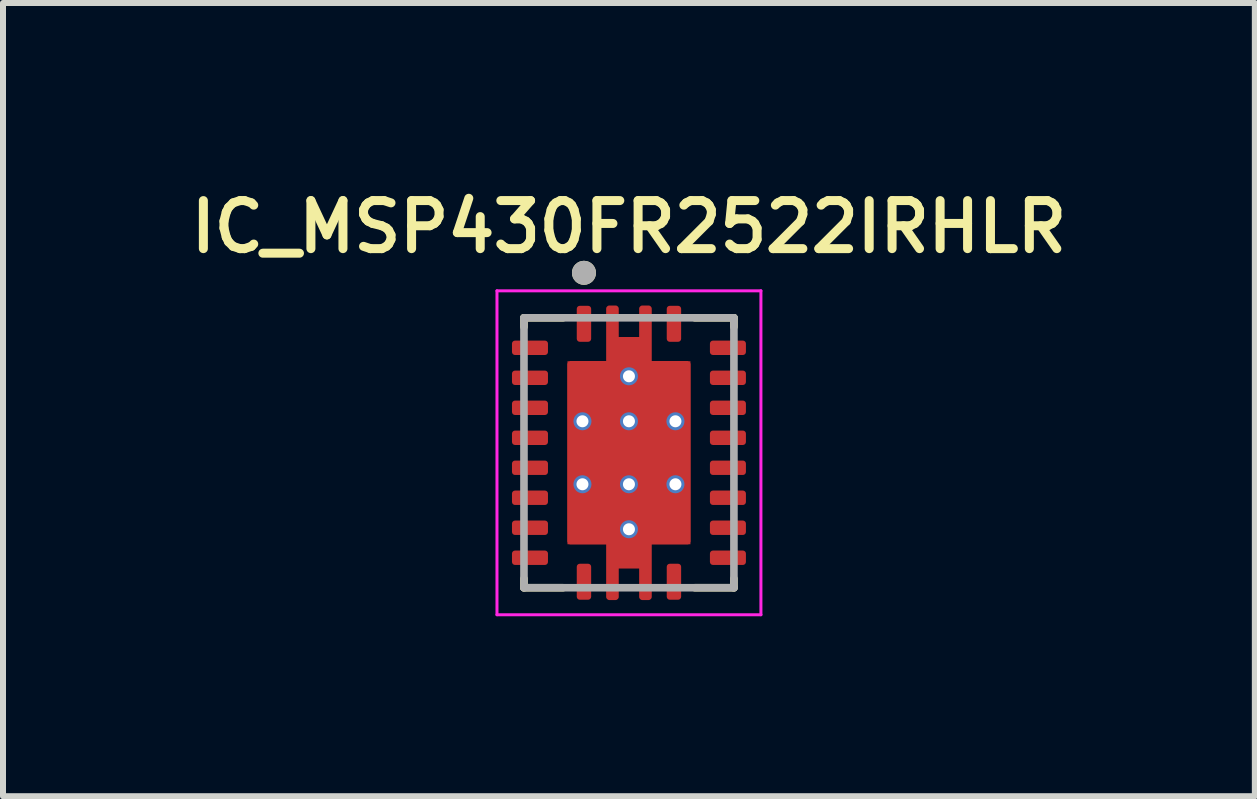
<source format=kicad_pcb>
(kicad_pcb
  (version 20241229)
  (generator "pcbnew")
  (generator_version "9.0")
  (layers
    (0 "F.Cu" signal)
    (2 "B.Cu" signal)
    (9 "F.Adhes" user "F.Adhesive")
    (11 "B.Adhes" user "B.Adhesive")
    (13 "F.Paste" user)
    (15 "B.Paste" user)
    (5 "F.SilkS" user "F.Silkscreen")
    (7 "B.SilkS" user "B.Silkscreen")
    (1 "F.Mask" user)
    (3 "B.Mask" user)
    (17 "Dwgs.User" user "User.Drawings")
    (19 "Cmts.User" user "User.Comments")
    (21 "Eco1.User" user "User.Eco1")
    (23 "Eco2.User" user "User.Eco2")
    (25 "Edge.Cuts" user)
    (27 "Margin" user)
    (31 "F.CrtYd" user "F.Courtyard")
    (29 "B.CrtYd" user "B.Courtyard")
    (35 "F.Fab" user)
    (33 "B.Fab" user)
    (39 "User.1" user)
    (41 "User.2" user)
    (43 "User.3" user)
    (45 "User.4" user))
  (footprint "IC_MSP430FR2522IRHLR"
    (layer "F.Cu")
    (at 7.435 4.498)
    (property "Reference" "IC_MSP430FR2522IRHLR" (at 0 -3.766 0) (layer "F.SilkS") (effects (font (size 0.801 0.801) (thickness 0.15))))
    (attr smd)
    (fp_poly (pts (xy -0.477 -1.627) (xy -0.477 -2.4) (xy -0.477 -2.408) (xy -0.476 -2.416) (xy -0.475 -2.424) (xy -0.474 -2.432) (xy -0.472 -2.439) (xy -0.47 -2.447) (xy -0.467 -2.454) (xy -0.464 -2.462) (xy -0.46 -2.469) (xy -0.457 -2.476) (xy -0.452 -2.483) (xy -0.448 -2.489) (xy -0.443 -2.496) (xy -0.438 -2.502) (xy -0.432 -2.507) (xy -0.427 -2.513) (xy -0.421 -2.518) (xy -0.414 -2.523) (xy -0.408 -2.527) (xy -0.401 -2.532) (xy -0.394 -2.535) (xy -0.387 -2.539) (xy -0.379 -2.542) (xy -0.372 -2.545) (xy -0.364 -2.547) (xy -0.357 -2.549) (xy -0.349 -2.55) (xy -0.341 -2.551) (xy -0.333 -2.552) (xy -0.325 -2.552) (xy -0.225 -2.552) (xy -0.217 -2.552) (xy -0.209 -2.551) (xy -0.201 -2.55) (xy -0.193 -2.549) (xy -0.186 -2.547) (xy -0.178 -2.545) (xy -0.171 -2.542) (xy -0.163 -2.539) (xy -0.156 -2.535) (xy -0.149 -2.532) (xy -0.142 -2.527) (xy -0.136 -2.523) (xy -0.129 -2.518) (xy -0.123 -2.513) (xy -0.118 -2.507) (xy -0.112 -2.502) (xy -0.107 -2.496) (xy -0.102 -2.489) (xy -0.098 -2.483) (xy -0.093 -2.476) (xy -0.09 -2.469) (xy -0.086 -2.462) (xy -0.083 -2.454) (xy -0.08 -2.447) (xy -0.078 -2.439) (xy -0.076 -2.432) (xy -0.075 -2.424) (xy -0.074 -2.416) (xy -0.073 -2.408) (xy -0.073 -2.4) (xy -0.073 -2.027) (xy 0.072 -2.027) (xy 0.073 -2.027) (xy 0.073 -2.402) (xy 0.073 -2.41) (xy 0.074 -2.418) (xy 0.075 -2.425) (xy 0.076 -2.433) (xy 0.078 -2.441) (xy 0.08 -2.448) (xy 0.083 -2.456) (xy 0.086 -2.463) (xy 0.089 -2.47) (xy 0.093 -2.477) (xy 0.097 -2.484) (xy 0.102 -2.49) (xy 0.106 -2.496) (xy 0.112 -2.502) (xy 0.117 -2.508) (xy 0.123 -2.513) (xy 0.129 -2.519) (xy 0.135 -2.523) (xy 0.141 -2.528) (xy 0.148 -2.532) (xy 0.155 -2.536) (xy 0.162 -2.539) (xy 0.169 -2.542) (xy 0.177 -2.545) (xy 0.184 -2.547) (xy 0.192 -2.549) (xy 0.2 -2.55) (xy 0.207 -2.551) (xy 0.215 -2.552) (xy 0.223 -2.552) (xy 0.326 -2.552) (xy 0.334 -2.552) (xy 0.342 -2.551) (xy 0.35 -2.55) (xy 0.357 -2.549) (xy 0.365 -2.547) (xy 0.373 -2.545) (xy 0.38 -2.542) (xy 0.387 -2.539) (xy 0.395 -2.536) (xy 0.401 -2.532) (xy 0.408 -2.528) (xy 0.415 -2.523) (xy 0.421 -2.518) (xy 0.427 -2.513) (xy 0.433 -2.508) (xy 0.438 -2.502) (xy 0.443 -2.496) (xy 0.448 -2.49) (xy 0.453 -2.483) (xy 0.457 -2.476) (xy 0.461 -2.47) (xy 0.464 -2.462) (xy 0.467 -2.455) (xy 0.47 -2.448) (xy 0.472 -2.44) (xy 0.474 -2.432) (xy 0.475 -2.425) (xy 0.476 -2.417) (xy 0.477 -2.409) (xy 0.477 -2.401) (xy 0.477 -1.627) (xy 0.975 -1.627) (xy 0.983 -1.627) (xy 0.991 -1.626) (xy 0.999 -1.625) (xy 1.007 -1.624) (xy 1.014 -1.622) (xy 1.022 -1.62) (xy 1.029 -1.617) (xy 1.037 -1.614) (xy 1.044 -1.61) (xy 1.051 -1.607) (xy 1.058 -1.602) (xy 1.064 -1.598) (xy 1.071 -1.593) (xy 1.077 -1.588) (xy 1.082 -1.582) (xy 1.088 -1.577) (xy 1.093 -1.571) (xy 1.098 -1.564) (xy 1.102 -1.558) (xy 1.107 -1.551) (xy 1.11 -1.544) (xy 1.114 -1.537) (xy 1.117 -1.529) (xy 1.12 -1.522) (xy 1.122 -1.514) (xy 1.124 -1.507) (xy 1.125 -1.499) (xy 1.126 -1.491) (xy 1.127 -1.483) (xy 1.127 -1.475) (xy 1.127 1.476) (xy 1.127 1.484) (xy 1.126 1.492) (xy 1.125 1.499) (xy 1.124 1.507) (xy 1.122 1.515) (xy 1.12 1.522) (xy 1.117 1.53) (xy 1.114 1.537) (xy 1.111 1.544) (xy 1.107 1.551) (xy 1.103 1.558) (xy 1.098 1.564) (xy 1.094 1.57) (xy 1.088 1.576) (xy 1.083 1.582) (xy 1.077 1.587) (xy 1.071 1.593) (xy 1.065 1.597) (xy 1.059 1.602) (xy 1.052 1.606) (xy 1.045 1.61) (xy 1.038 1.613) (xy 1.031 1.616) (xy 1.023 1.619) (xy 1.016 1.621) (xy 1.008 1.623) (xy 1 1.624) (xy 0.993 1.625) (xy 0.985 1.626) (xy 0.977 1.626) (xy 0.478 1.626) (xy 0.477 1.626) (xy 0.477 1.627) (xy 0.477 2.401) (xy 0.477 2.409) (xy 0.476 2.417) (xy 0.475 2.424) (xy 0.474 2.432) (xy 0.472 2.44) (xy 0.47 2.447) (xy 0.467 2.455) (xy 0.464 2.462) (xy 0.461 2.469) (xy 0.457 2.476) (xy 0.453 2.483) (xy 0.448 2.489) (xy 0.444 2.495) (xy 0.438 2.501) (xy 0.433 2.507) (xy 0.427 2.512) (xy 0.421 2.518) (xy 0.415 2.522) (xy 0.409 2.527) (xy 0.402 2.531) (xy 0.395 2.535) (xy 0.388 2.538) (xy 0.381 2.541) (xy 0.373 2.544) (xy 0.366 2.546) (xy 0.358 2.548) (xy 0.35 2.549) (xy 0.343 2.55) (xy 0.335 2.551) (xy 0.327 2.551) (xy 0.222 2.551) (xy 0.214 2.551) (xy 0.206 2.55) (xy 0.199 2.549) (xy 0.191 2.548) (xy 0.183 2.546) (xy 0.176 2.544) (xy 0.169 2.541) (xy 0.161 2.538) (xy 0.154 2.535) (xy 0.147 2.531) (xy 0.141 2.527) (xy 0.134 2.523) (xy 0.128 2.518) (xy 0.122 2.513) (xy 0.117 2.507) (xy 0.111 2.502) (xy 0.106 2.496) (xy 0.101 2.49) (xy 0.097 2.483) (xy 0.093 2.477) (xy 0.089 2.47) (xy 0.086 2.463) (xy 0.083 2.455) (xy 0.08 2.448) (xy 0.078 2.441) (xy 0.076 2.433) (xy 0.075 2.425) (xy 0.074 2.418) (xy 0.073 2.41) (xy 0.073 2.402) (xy 0.073 2.027) (xy -0.072 2.027) (xy -0.073 2.027) (xy -0.073 2.028) (xy -0.073 2.401) (xy -0.073 2.409) (xy -0.074 2.417) (xy -0.075 2.424) (xy -0.076 2.432) (xy -0.078 2.44) (xy -0.08 2.447) (xy -0.083 2.455) (xy -0.086 2.462) (xy -0.089 2.469) (xy -0.093 2.476) (xy -0.097 2.483) (xy -0.102 2.489) (xy -0.106 2.495) (xy -0.112 2.501) (xy -0.117 2.507) (xy -0.123 2.512) (xy -0.129 2.518) (xy -0.135 2.522) (xy -0.141 2.527) (xy -0.148 2.531) (xy -0.155 2.535) (xy -0.162 2.538) (xy -0.169 2.541) (xy -0.177 2.544) (xy -0.184 2.546) (xy -0.192 2.548) (xy -0.2 2.549) (xy -0.207 2.55) (xy -0.215 2.551) (xy -0.223 2.551) (xy -0.329 2.551) (xy -0.337 2.551) (xy -0.344 2.55) (xy -0.352 2.549) (xy -0.36 2.548) (xy -0.367 2.546) (xy -0.375 2.544) (xy -0.382 2.541) (xy -0.389 2.538) (xy -0.396 2.535) (xy -0.403 2.531) (xy -0.41 2.527) (xy -0.416 2.523) (xy -0.422 2.518) (xy -0.428 2.513) (xy -0.434 2.508) (xy -0.439 2.502) (xy -0.444 2.496) (xy -0.449 2.49) (xy -0.453 2.484) (xy -0.457 2.477) (xy -0.461 2.47) (xy -0.464 2.463) (xy -0.467 2.456) (xy -0.47 2.449) (xy -0.472 2.441) (xy -0.474 2.434) (xy -0.475 2.426) (xy -0.476 2.418) (xy -0.477 2.411) (xy -0.477 2.403) (xy -0.477 1.627) (xy -0.975 1.627) (xy -0.983 1.627) (xy -0.991 1.626) (xy -0.999 1.625) (xy -1.007 1.624) (xy -1.014 1.622) (xy -1.022 1.62) (xy -1.029 1.617) (xy -1.037 1.614) (xy -1.044 1.61) (xy -1.051 1.607) (xy -1.058 1.602) (xy -1.064 1.598) (xy -1.071 1.593) (xy -1.077 1.588) (xy -1.082 1.582) (xy -1.088 1.577) (xy -1.093 1.571) (xy -1.098 1.564) (xy -1.102 1.558) (xy -1.107 1.551) (xy -1.11 1.544) (xy -1.114 1.537) (xy -1.117 1.529) (xy -1.12 1.522) (xy -1.122 1.514) (xy -1.124 1.507) (xy -1.125 1.499) (xy -1.126 1.491) (xy -1.127 1.483) (xy -1.127 1.475) (xy -1.127 -1.474) (xy -1.127 -1.482) (xy -1.126 -1.49) (xy -1.125 -1.498) (xy -1.124 -1.506) (xy -1.122 -1.513) (xy -1.12 -1.521) (xy -1.117 -1.528) (xy -1.114 -1.536) (xy -1.11 -1.543) (xy -1.107 -1.55) (xy -1.102 -1.557) (xy -1.098 -1.563) (xy -1.093 -1.57) (xy -1.088 -1.576) (xy -1.082 -1.581) (xy -1.077 -1.587) (xy -1.071 -1.592) (xy -1.064 -1.597) (xy -1.058 -1.601) (xy -1.051 -1.606) (xy -1.044 -1.609) (xy -1.037 -1.613) (xy -1.029 -1.616) (xy -1.022 -1.619) (xy -1.014 -1.621) (xy -1.007 -1.623) (xy -0.999 -1.624) (xy -0.991 -1.625) (xy -0.983 -1.626) (xy -0.975 -1.626) (xy -0.478 -1.626) (xy -0.477 -1.626) (xy -0.477 -1.627)) (stroke (width 0.01) (type solid)) (fill yes) (layer "F.Mask"))
    (fp_line (start -1.75 -2.25) (end -1.1 -2.25) (stroke (width 0.127) (type solid)) (layer "F.SilkS"))
    (fp_line (start -1.75 -2.1) (end -1.75 -2.25) (stroke (width 0.127) (type solid)) (layer "F.SilkS"))
    (fp_line (start -1.75 2.1) (end -1.75 2.25) (stroke (width 0.127) (type solid)) (layer "F.SilkS"))
    (fp_line (start -1.75 2.25) (end -1.1 2.25) (stroke (width 0.127) (type solid)) (layer "F.SilkS"))
    (fp_line (start 1.1 -2.25) (end 1.75 -2.25) (stroke (width 0.127) (type solid)) (layer "F.SilkS"))
    (fp_line (start 1.1 2.25) (end 1.75 2.25) (stroke (width 0.127) (type solid)) (layer "F.SilkS"))
    (fp_line (start 1.75 -2.25) (end 1.75 -2.1) (stroke (width 0.127) (type solid)) (layer "F.SilkS"))
    (fp_line (start 1.75 2.25) (end 1.75 2.1) (stroke (width 0.127) (type solid)) (layer "F.SilkS"))
    (fp_circle (center -0.75 -3) (end -0.65 -3) (stroke (width 0.2) (type solid)) (fill no) (layer "F.SilkS"))
    (fp_poly (pts (xy -1.02 -1.425) (xy -1.02 -0.675) (xy -1.02 -0.672) (xy -1.02 -0.67) (xy -1.019 -0.667) (xy -1.019 -0.665) (xy -1.018 -0.662) (xy -1.018 -0.66) (xy -1.017 -0.657) (xy -1.016 -0.655) (xy -1.015 -0.652) (xy -1.013 -0.65) (xy -1.012 -0.648) (xy -1.01 -0.646) (xy -1.009 -0.644) (xy -1.007 -0.642) (xy -1.005 -0.64) (xy -1.003 -0.638) (xy -1.001 -0.636) (xy -0.999 -0.635) (xy -0.997 -0.633) (xy -0.995 -0.632) (xy -0.993 -0.63) (xy -0.99 -0.629) (xy -0.988 -0.628) (xy -0.985 -0.627) (xy -0.983 -0.627) (xy -0.98 -0.626) (xy -0.978 -0.626) (xy -0.975 -0.625) (xy -0.973 -0.625) (xy -0.97 -0.625) (xy -0.15 -0.625) (xy -0.147 -0.625) (xy -0.145 -0.625) (xy -0.142 -0.626) (xy -0.14 -0.626) (xy -0.137 -0.627) (xy -0.135 -0.627) (xy -0.132 -0.628) (xy -0.13 -0.629) (xy -0.127 -0.63) (xy -0.125 -0.632) (xy -0.123 -0.633) (xy -0.121 -0.635) (xy -0.119 -0.636) (xy -0.117 -0.638) (xy -0.115 -0.64) (xy -0.113 -0.642) (xy -0.111 -0.644) (xy -0.11 -0.646) (xy -0.108 -0.648) (xy -0.107 -0.65) (xy -0.105 -0.652) (xy -0.104 -0.655) (xy -0.103 -0.657) (xy -0.102 -0.66) (xy -0.102 -0.662) (xy -0.101 -0.665) (xy -0.101 -0.667) (xy -0.1 -0.67) (xy -0.1 -0.672) (xy -0.1 -0.675) (xy -0.1 -1.425) (xy -0.1 -1.428) (xy -0.1 -1.43) (xy -0.101 -1.433) (xy -0.101 -1.435) (xy -0.102 -1.438) (xy -0.102 -1.44) (xy -0.103 -1.443) (xy -0.104 -1.445) (xy -0.105 -1.448) (xy -0.107 -1.45) (xy -0.108 -1.452) (xy -0.11 -1.454) (xy -0.111 -1.456) (xy -0.113 -1.458) (xy -0.115 -1.46) (xy -0.117 -1.462) (xy -0.119 -1.464) (xy -0.121 -1.465) (xy -0.123 -1.467) (xy -0.125 -1.468) (xy -0.127 -1.47) (xy -0.13 -1.471) (xy -0.132 -1.472) (xy -0.135 -1.473) (xy -0.137 -1.473) (xy -0.14 -1.474) (xy -0.142 -1.474) (xy -0.145 -1.475) (xy -0.147 -1.475) (xy -0.15 -1.475) (xy -0.97 -1.475) (xy -0.973 -1.475) (xy -0.975 -1.475) (xy -0.978 -1.474) (xy -0.98 -1.474) (xy -0.983 -1.473) (xy -0.985 -1.473) (xy -0.988 -1.472) (xy -0.99 -1.471) (xy -0.993 -1.47) (xy -0.995 -1.468) (xy -0.997 -1.467) (xy -0.999 -1.465) (xy -1.001 -1.464) (xy -1.003 -1.462) (xy -1.005 -1.46) (xy -1.007 -1.458) (xy -1.009 -1.456) (xy -1.01 -1.454) (xy -1.012 -1.452) (xy -1.013 -1.45) (xy -1.015 -1.448) (xy -1.016 -1.445) (xy -1.017 -1.443) (xy -1.018 -1.44) (xy -1.018 -1.438) (xy -1.019 -1.435) (xy -1.019 -1.433) (xy -1.02 -1.43) (xy -1.02 -1.428) (xy -1.02 -1.425)) (stroke (width 0.01) (type solid)) (fill yes) (layer "F.Paste"))
    (fp_poly (pts (xy -1.02 0.675) (xy -1.02 1.425) (xy -1.02 1.428) (xy -1.02 1.43) (xy -1.019 1.433) (xy -1.019 1.435) (xy -1.018 1.438) (xy -1.018 1.44) (xy -1.017 1.443) (xy -1.016 1.445) (xy -1.015 1.448) (xy -1.013 1.45) (xy -1.012 1.452) (xy -1.01 1.454) (xy -1.009 1.456) (xy -1.007 1.458) (xy -1.005 1.46) (xy -1.003 1.462) (xy -1.001 1.464) (xy -0.999 1.465) (xy -0.997 1.467) (xy -0.995 1.468) (xy -0.993 1.47) (xy -0.99 1.471) (xy -0.988 1.472) (xy -0.985 1.473) (xy -0.983 1.473) (xy -0.98 1.474) (xy -0.978 1.474) (xy -0.975 1.475) (xy -0.973 1.475) (xy -0.97 1.475) (xy -0.15 1.475) (xy -0.147 1.475) (xy -0.145 1.475) (xy -0.142 1.474) (xy -0.14 1.474) (xy -0.137 1.473) (xy -0.135 1.473) (xy -0.132 1.472) (xy -0.13 1.471) (xy -0.127 1.47) (xy -0.125 1.468) (xy -0.123 1.467) (xy -0.121 1.465) (xy -0.119 1.464) (xy -0.117 1.462) (xy -0.115 1.46) (xy -0.113 1.458) (xy -0.111 1.456) (xy -0.11 1.454) (xy -0.108 1.452) (xy -0.107 1.45) (xy -0.105 1.448) (xy -0.104 1.445) (xy -0.103 1.443) (xy -0.102 1.44) (xy -0.102 1.438) (xy -0.101 1.435) (xy -0.101 1.433) (xy -0.1 1.43) (xy -0.1 1.428) (xy -0.1 1.425) (xy -0.1 0.675) (xy -0.1 0.672) (xy -0.1 0.67) (xy -0.101 0.667) (xy -0.101 0.665) (xy -0.102 0.662) (xy -0.102 0.66) (xy -0.103 0.657) (xy -0.104 0.655) (xy -0.105 0.652) (xy -0.107 0.65) (xy -0.108 0.648) (xy -0.11 0.646) (xy -0.111 0.644) (xy -0.113 0.642) (xy -0.115 0.64) (xy -0.117 0.638) (xy -0.119 0.636) (xy -0.121 0.635) (xy -0.123 0.633) (xy -0.125 0.632) (xy -0.127 0.63) (xy -0.13 0.629) (xy -0.132 0.628) (xy -0.135 0.627) (xy -0.137 0.627) (xy -0.14 0.626) (xy -0.142 0.626) (xy -0.145 0.625) (xy -0.147 0.625) (xy -0.15 0.625) (xy -0.97 0.625) (xy -0.973 0.625) (xy -0.975 0.625) (xy -0.978 0.626) (xy -0.98 0.626) (xy -0.983 0.627) (xy -0.985 0.627) (xy -0.988 0.628) (xy -0.99 0.629) (xy -0.993 0.63) (xy -0.995 0.632) (xy -0.997 0.633) (xy -0.999 0.635) (xy -1.001 0.636) (xy -1.003 0.638) (xy -1.005 0.64) (xy -1.007 0.642) (xy -1.009 0.644) (xy -1.01 0.646) (xy -1.012 0.648) (xy -1.013 0.65) (xy -1.015 0.652) (xy -1.016 0.655) (xy -1.017 0.657) (xy -1.018 0.66) (xy -1.018 0.662) (xy -1.019 0.665) (xy -1.019 0.667) (xy -1.02 0.67) (xy -1.02 0.672) (xy -1.02 0.675)) (stroke (width 0.01) (type solid)) (fill yes) (layer "F.Paste"))
    (fp_poly (pts (xy -0.15 -0.425) (xy -0.97 -0.425) (xy -0.973 -0.425) (xy -0.975 -0.425) (xy -0.978 -0.424) (xy -0.98 -0.424) (xy -0.983 -0.423) (xy -0.985 -0.423) (xy -0.988 -0.422) (xy -0.99 -0.421) (xy -0.993 -0.42) (xy -0.995 -0.418) (xy -0.997 -0.417) (xy -0.999 -0.415) (xy -1.001 -0.414) (xy -1.003 -0.412) (xy -1.005 -0.41) (xy -1.007 -0.408) (xy -1.009 -0.406) (xy -1.01 -0.404) (xy -1.012 -0.402) (xy -1.013 -0.4) (xy -1.015 -0.398) (xy -1.016 -0.395) (xy -1.017 -0.393) (xy -1.018 -0.39) (xy -1.018 -0.388) (xy -1.019 -0.385) (xy -1.019 -0.383) (xy -1.02 -0.38) (xy -1.02 -0.378) (xy -1.02 -0.375) (xy -1.02 0.375) (xy -1.02 0.378) (xy -1.02 0.38) (xy -1.019 0.383) (xy -1.019 0.385) (xy -1.018 0.388) (xy -1.018 0.39) (xy -1.017 0.393) (xy -1.016 0.395) (xy -1.015 0.398) (xy -1.013 0.4) (xy -1.012 0.402) (xy -1.01 0.404) (xy -1.009 0.406) (xy -1.007 0.408) (xy -1.005 0.41) (xy -1.003 0.412) (xy -1.001 0.414) (xy -0.999 0.415) (xy -0.997 0.417) (xy -0.995 0.418) (xy -0.993 0.42) (xy -0.99 0.421) (xy -0.988 0.422) (xy -0.985 0.423) (xy -0.983 0.423) (xy -0.98 0.424) (xy -0.978 0.424) (xy -0.975 0.425) (xy -0.973 0.425) (xy -0.97 0.425) (xy -0.15 0.425) (xy -0.147 0.425) (xy -0.145 0.425) (xy -0.142 0.424) (xy -0.14 0.424) (xy -0.137 0.423) (xy -0.135 0.423) (xy -0.132 0.422) (xy -0.13 0.421) (xy -0.127 0.42) (xy -0.125 0.418) (xy -0.123 0.417) (xy -0.121 0.415) (xy -0.119 0.414) (xy -0.117 0.412) (xy -0.115 0.41) (xy -0.113 0.408) (xy -0.111 0.406) (xy -0.11 0.404) (xy -0.108 0.402) (xy -0.107 0.4) (xy -0.105 0.398) (xy -0.104 0.395) (xy -0.103 0.393) (xy -0.102 0.39) (xy -0.102 0.388) (xy -0.101 0.385) (xy -0.101 0.383) (xy -0.1 0.38) (xy -0.1 0.378) (xy -0.1 0.375) (xy -0.1 -0.375) (xy -0.1 -0.378) (xy -0.1 -0.38) (xy -0.101 -0.383) (xy -0.101 -0.385) (xy -0.102 -0.388) (xy -0.102 -0.39) (xy -0.103 -0.393) (xy -0.104 -0.395) (xy -0.105 -0.398) (xy -0.107 -0.4) (xy -0.108 -0.402) (xy -0.11 -0.404) (xy -0.111 -0.406) (xy -0.113 -0.408) (xy -0.115 -0.41) (xy -0.117 -0.412) (xy -0.119 -0.414) (xy -0.121 -0.415) (xy -0.123 -0.417) (xy -0.125 -0.418) (xy -0.127 -0.42) (xy -0.13 -0.421) (xy -0.132 -0.422) (xy -0.135 -0.423) (xy -0.137 -0.423) (xy -0.14 -0.424) (xy -0.142 -0.424) (xy -0.145 -0.425) (xy -0.147 -0.425) (xy -0.15 -0.425)) (stroke (width 0.01) (type solid)) (fill yes) (layer "F.Paste"))
    (fp_poly (pts (xy 0.1 -1.425) (xy 0.1 -0.675) (xy 0.1 -0.672) (xy 0.1 -0.67) (xy 0.101 -0.667) (xy 0.101 -0.665) (xy 0.102 -0.662) (xy 0.102 -0.66) (xy 0.103 -0.657) (xy 0.104 -0.655) (xy 0.105 -0.652) (xy 0.107 -0.65) (xy 0.108 -0.648) (xy 0.11 -0.646) (xy 0.111 -0.644) (xy 0.113 -0.642) (xy 0.115 -0.64) (xy 0.117 -0.638) (xy 0.119 -0.636) (xy 0.121 -0.635) (xy 0.123 -0.633) (xy 0.125 -0.632) (xy 0.127 -0.63) (xy 0.13 -0.629) (xy 0.132 -0.628) (xy 0.135 -0.627) (xy 0.137 -0.627) (xy 0.14 -0.626) (xy 0.142 -0.626) (xy 0.145 -0.625) (xy 0.147 -0.625) (xy 0.15 -0.625) (xy 0.97 -0.625) (xy 0.973 -0.625) (xy 0.975 -0.625) (xy 0.978 -0.626) (xy 0.98 -0.626) (xy 0.983 -0.627) (xy 0.985 -0.627) (xy 0.988 -0.628) (xy 0.99 -0.629) (xy 0.993 -0.63) (xy 0.995 -0.632) (xy 0.997 -0.633) (xy 0.999 -0.635) (xy 1.001 -0.636) (xy 1.003 -0.638) (xy 1.005 -0.64) (xy 1.007 -0.642) (xy 1.009 -0.644) (xy 1.01 -0.646) (xy 1.012 -0.648) (xy 1.013 -0.65) (xy 1.015 -0.652) (xy 1.016 -0.655) (xy 1.017 -0.657) (xy 1.018 -0.66) (xy 1.018 -0.662) (xy 1.019 -0.665) (xy 1.019 -0.667) (xy 1.02 -0.67) (xy 1.02 -0.672) (xy 1.02 -0.675) (xy 1.02 -1.425) (xy 1.02 -1.428) (xy 1.02 -1.43) (xy 1.019 -1.433) (xy 1.019 -1.435) (xy 1.018 -1.438) (xy 1.018 -1.44) (xy 1.017 -1.443) (xy 1.016 -1.445) (xy 1.015 -1.448) (xy 1.013 -1.45) (xy 1.012 -1.452) (xy 1.01 -1.454) (xy 1.009 -1.456) (xy 1.007 -1.458) (xy 1.005 -1.46) (xy 1.003 -1.462) (xy 1.001 -1.464) (xy 0.999 -1.465) (xy 0.997 -1.467) (xy 0.995 -1.468) (xy 0.993 -1.47) (xy 0.99 -1.471) (xy 0.988 -1.472) (xy 0.985 -1.473) (xy 0.983 -1.473) (xy 0.98 -1.474) (xy 0.978 -1.474) (xy 0.975 -1.475) (xy 0.973 -1.475) (xy 0.97 -1.475) (xy 0.15 -1.475) (xy 0.147 -1.475) (xy 0.145 -1.475) (xy 0.142 -1.474) (xy 0.14 -1.474) (xy 0.137 -1.473) (xy 0.135 -1.473) (xy 0.132 -1.472) (xy 0.13 -1.471) (xy 0.127 -1.47) (xy 0.125 -1.468) (xy 0.123 -1.467) (xy 0.121 -1.465) (xy 0.119 -1.464) (xy 0.117 -1.462) (xy 0.115 -1.46) (xy 0.113 -1.458) (xy 0.111 -1.456) (xy 0.11 -1.454) (xy 0.108 -1.452) (xy 0.107 -1.45) (xy 0.105 -1.448) (xy 0.104 -1.445) (xy 0.103 -1.443) (xy 0.102 -1.44) (xy 0.102 -1.438) (xy 0.101 -1.435) (xy 0.101 -1.433) (xy 0.1 -1.43) (xy 0.1 -1.428) (xy 0.1 -1.425)) (stroke (width 0.01) (type solid)) (fill yes) (layer "F.Paste"))
    (fp_poly (pts (xy 0.97 -0.425) (xy 0.15 -0.425) (xy 0.147 -0.425) (xy 0.145 -0.425) (xy 0.142 -0.424) (xy 0.14 -0.424) (xy 0.137 -0.423) (xy 0.135 -0.423) (xy 0.132 -0.422) (xy 0.13 -0.421) (xy 0.127 -0.42) (xy 0.125 -0.418) (xy 0.123 -0.417) (xy 0.121 -0.415) (xy 0.119 -0.414) (xy 0.117 -0.412) (xy 0.115 -0.41) (xy 0.113 -0.408) (xy 0.111 -0.406) (xy 0.11 -0.404) (xy 0.108 -0.402) (xy 0.107 -0.4) (xy 0.105 -0.398) (xy 0.104 -0.395) (xy 0.103 -0.393) (xy 0.102 -0.39) (xy 0.102 -0.388) (xy 0.101 -0.385) (xy 0.101 -0.383) (xy 0.1 -0.38) (xy 0.1 -0.378) (xy 0.1 -0.375) (xy 0.1 0.375) (xy 0.1 0.378) (xy 0.1 0.38) (xy 0.101 0.383) (xy 0.101 0.385) (xy 0.102 0.388) (xy 0.102 0.39) (xy 0.103 0.393) (xy 0.104 0.395) (xy 0.105 0.398) (xy 0.107 0.4) (xy 0.108 0.402) (xy 0.11 0.404) (xy 0.111 0.406) (xy 0.113 0.408) (xy 0.115 0.41) (xy 0.117 0.412) (xy 0.119 0.414) (xy 0.121 0.415) (xy 0.123 0.417) (xy 0.125 0.418) (xy 0.127 0.42) (xy 0.13 0.421) (xy 0.132 0.422) (xy 0.135 0.423) (xy 0.137 0.423) (xy 0.14 0.424) (xy 0.142 0.424) (xy 0.145 0.425) (xy 0.147 0.425) (xy 0.15 0.425) (xy 0.97 0.425) (xy 0.973 0.425) (xy 0.975 0.425) (xy 0.978 0.424) (xy 0.98 0.424) (xy 0.983 0.423) (xy 0.985 0.423) (xy 0.988 0.422) (xy 0.99 0.421) (xy 0.993 0.42) (xy 0.995 0.418) (xy 0.997 0.417) (xy 0.999 0.415) (xy 1.001 0.414) (xy 1.003 0.412) (xy 1.005 0.41) (xy 1.007 0.408) (xy 1.009 0.406) (xy 1.01 0.404) (xy 1.012 0.402) (xy 1.013 0.4) (xy 1.015 0.398) (xy 1.016 0.395) (xy 1.017 0.393) (xy 1.018 0.39) (xy 1.018 0.388) (xy 1.019 0.385) (xy 1.019 0.383) (xy 1.02 0.38) (xy 1.02 0.378) (xy 1.02 0.375) (xy 1.02 -0.375) (xy 1.02 -0.378) (xy 1.02 -0.38) (xy 1.019 -0.383) (xy 1.019 -0.385) (xy 1.018 -0.388) (xy 1.018 -0.39) (xy 1.017 -0.393) (xy 1.016 -0.395) (xy 1.015 -0.398) (xy 1.013 -0.4) (xy 1.012 -0.402) (xy 1.01 -0.404) (xy 1.009 -0.406) (xy 1.007 -0.408) (xy 1.005 -0.41) (xy 1.003 -0.412) (xy 1.001 -0.414) (xy 0.999 -0.415) (xy 0.997 -0.417) (xy 0.995 -0.418) (xy 0.993 -0.42) (xy 0.99 -0.421) (xy 0.988 -0.422) (xy 0.985 -0.423) (xy 0.983 -0.423) (xy 0.98 -0.424) (xy 0.978 -0.424) (xy 0.975 -0.425) (xy 0.973 -0.425) (xy 0.97 -0.425)) (stroke (width 0.01) (type solid)) (fill yes) (layer "F.Paste"))
    (fp_poly (pts (xy 0.97 0.625) (xy 0.15 0.625) (xy 0.147 0.625) (xy 0.145 0.625) (xy 0.142 0.626) (xy 0.14 0.626) (xy 0.137 0.627) (xy 0.135 0.627) (xy 0.132 0.628) (xy 0.13 0.629) (xy 0.127 0.63) (xy 0.125 0.632) (xy 0.123 0.633) (xy 0.121 0.635) (xy 0.119 0.636) (xy 0.117 0.638) (xy 0.115 0.64) (xy 0.113 0.642) (xy 0.111 0.644) (xy 0.11 0.646) (xy 0.108 0.648) (xy 0.107 0.65) (xy 0.105 0.652) (xy 0.104 0.655) (xy 0.103 0.657) (xy 0.102 0.66) (xy 0.102 0.662) (xy 0.101 0.665) (xy 0.101 0.667) (xy 0.1 0.67) (xy 0.1 0.672) (xy 0.1 0.675) (xy 0.1 1.425) (xy 0.1 1.428) (xy 0.1 1.43) (xy 0.101 1.433) (xy 0.101 1.435) (xy 0.102 1.438) (xy 0.102 1.44) (xy 0.103 1.443) (xy 0.104 1.445) (xy 0.105 1.448) (xy 0.107 1.45) (xy 0.108 1.452) (xy 0.11 1.454) (xy 0.111 1.456) (xy 0.113 1.458) (xy 0.115 1.46) (xy 0.117 1.462) (xy 0.119 1.464) (xy 0.121 1.465) (xy 0.123 1.467) (xy 0.125 1.468) (xy 0.127 1.47) (xy 0.13 1.471) (xy 0.132 1.472) (xy 0.135 1.473) (xy 0.137 1.473) (xy 0.14 1.474) (xy 0.142 1.474) (xy 0.145 1.475) (xy 0.147 1.475) (xy 0.15 1.475) (xy 0.97 1.475) (xy 0.973 1.475) (xy 0.975 1.475) (xy 0.978 1.474) (xy 0.98 1.474) (xy 0.983 1.473) (xy 0.985 1.473) (xy 0.988 1.472) (xy 0.99 1.471) (xy 0.993 1.47) (xy 0.995 1.468) (xy 0.997 1.467) (xy 0.999 1.465) (xy 1.001 1.464) (xy 1.003 1.462) (xy 1.005 1.46) (xy 1.007 1.458) (xy 1.009 1.456) (xy 1.01 1.454) (xy 1.012 1.452) (xy 1.013 1.45) (xy 1.015 1.448) (xy 1.016 1.445) (xy 1.017 1.443) (xy 1.018 1.44) (xy 1.018 1.438) (xy 1.019 1.435) (xy 1.019 1.433) (xy 1.02 1.43) (xy 1.02 1.428) (xy 1.02 1.425) (xy 1.02 0.675) (xy 1.02 0.672) (xy 1.02 0.67) (xy 1.019 0.667) (xy 1.019 0.665) (xy 1.018 0.662) (xy 1.018 0.66) (xy 1.017 0.657) (xy 1.016 0.655) (xy 1.015 0.652) (xy 1.013 0.65) (xy 1.012 0.648) (xy 1.01 0.646) (xy 1.009 0.644) (xy 1.007 0.642) (xy 1.005 0.64) (xy 1.003 0.638) (xy 1.001 0.636) (xy 0.999 0.635) (xy 0.997 0.633) (xy 0.995 0.632) (xy 0.993 0.63) (xy 0.99 0.629) (xy 0.988 0.628) (xy 0.985 0.627) (xy 0.983 0.627) (xy 0.98 0.626) (xy 0.978 0.626) (xy 0.975 0.625) (xy 0.973 0.625) (xy 0.97 0.625)) (stroke (width 0.01) (type solid)) (fill yes) (layer "F.Paste"))
    (fp_poly (pts (xy -0.325 1.675) (xy 0.325 1.675) (xy 0.328 1.675) (xy 0.33 1.675) (xy 0.333 1.676) (xy 0.335 1.676) (xy 0.338 1.677) (xy 0.34 1.677) (xy 0.343 1.678) (xy 0.345 1.679) (xy 0.348 1.68) (xy 0.35 1.682) (xy 0.352 1.683) (xy 0.354 1.685) (xy 0.356 1.686) (xy 0.358 1.688) (xy 0.36 1.69) (xy 0.362 1.692) (xy 0.364 1.694) (xy 0.365 1.696) (xy 0.367 1.698) (xy 0.368 1.7) (xy 0.37 1.702) (xy 0.371 1.705) (xy 0.372 1.707) (xy 0.373 1.71) (xy 0.373 1.712) (xy 0.374 1.715) (xy 0.374 1.717) (xy 0.375 1.72) (xy 0.375 1.722) (xy 0.375 1.725) (xy 0.375 2.4) (xy 0.375 2.403) (xy 0.375 2.405) (xy 0.374 2.408) (xy 0.374 2.41) (xy 0.373 2.413) (xy 0.373 2.415) (xy 0.372 2.418) (xy 0.371 2.42) (xy 0.37 2.423) (xy 0.368 2.425) (xy 0.367 2.427) (xy 0.365 2.429) (xy 0.364 2.431) (xy 0.362 2.433) (xy 0.36 2.435) (xy 0.358 2.437) (xy 0.356 2.439) (xy 0.354 2.44) (xy 0.352 2.442) (xy 0.35 2.443) (xy 0.348 2.445) (xy 0.345 2.446) (xy 0.343 2.447) (xy 0.34 2.448) (xy 0.338 2.448) (xy 0.335 2.449) (xy 0.333 2.449) (xy 0.33 2.45) (xy 0.328 2.45) (xy 0.325 2.45) (xy 0.225 2.45) (xy 0.222 2.45) (xy 0.22 2.45) (xy 0.217 2.449) (xy 0.215 2.449) (xy 0.212 2.448) (xy 0.21 2.448) (xy 0.207 2.447) (xy 0.205 2.446) (xy 0.202 2.445) (xy 0.2 2.443) (xy 0.198 2.442) (xy 0.196 2.44) (xy 0.194 2.439) (xy 0.192 2.437) (xy 0.19 2.435) (xy 0.188 2.433) (xy 0.186 2.431) (xy 0.185 2.429) (xy 0.183 2.427) (xy 0.182 2.425) (xy 0.18 2.423) (xy 0.179 2.42) (xy 0.178 2.418) (xy 0.177 2.415) (xy 0.177 2.413) (xy 0.176 2.41) (xy 0.176 2.408) (xy 0.175 2.405) (xy 0.175 2.403) (xy 0.175 2.4) (xy 0.175 1.925) (xy -0.175 1.925) (xy -0.175 2.4) (xy -0.175 2.403) (xy -0.175 2.405) (xy -0.176 2.408) (xy -0.176 2.41) (xy -0.177 2.413) (xy -0.177 2.415) (xy -0.178 2.418) (xy -0.179 2.42) (xy -0.18 2.423) (xy -0.182 2.425) (xy -0.183 2.427) (xy -0.185 2.429) (xy -0.186 2.431) (xy -0.188 2.433) (xy -0.19 2.435) (xy -0.192 2.437) (xy -0.194 2.439) (xy -0.196 2.44) (xy -0.198 2.442) (xy -0.2 2.443) (xy -0.202 2.445) (xy -0.205 2.446) (xy -0.207 2.447) (xy -0.21 2.448) (xy -0.212 2.448) (xy -0.215 2.449) (xy -0.217 2.449) (xy -0.22 2.45) (xy -0.222 2.45) (xy -0.225 2.45) (xy -0.325 2.45) (xy -0.328 2.45) (xy -0.33 2.45) (xy -0.333 2.449) (xy -0.335 2.449) (xy -0.338 2.448) (xy -0.34 2.448) (xy -0.343 2.447) (xy -0.345 2.446) (xy -0.348 2.445) (xy -0.35 2.443) (xy -0.352 2.442) (xy -0.354 2.44) (xy -0.356 2.439) (xy -0.358 2.437) (xy -0.36 2.435) (xy -0.362 2.433) (xy -0.364 2.431) (xy -0.365 2.429) (xy -0.367 2.427) (xy -0.368 2.425) (xy -0.37 2.423) (xy -0.371 2.42) (xy -0.372 2.418) (xy -0.373 2.415) (xy -0.373 2.413) (xy -0.374 2.41) (xy -0.374 2.408) (xy -0.375 2.405) (xy -0.375 2.403) (xy -0.375 2.4) (xy -0.375 1.725) (xy -0.375 1.722) (xy -0.375 1.72) (xy -0.374 1.717) (xy -0.374 1.715) (xy -0.373 1.712) (xy -0.373 1.71) (xy -0.372 1.707) (xy -0.371 1.705) (xy -0.37 1.702) (xy -0.368 1.7) (xy -0.367 1.698) (xy -0.365 1.696) (xy -0.364 1.694) (xy -0.362 1.692) (xy -0.36 1.69) (xy -0.358 1.688) (xy -0.356 1.686) (xy -0.354 1.685) (xy -0.352 1.683) (xy -0.35 1.682) (xy -0.348 1.68) (xy -0.345 1.679) (xy -0.343 1.678) (xy -0.34 1.677) (xy -0.338 1.677) (xy -0.335 1.676) (xy -0.333 1.676) (xy -0.33 1.675) (xy -0.328 1.675) (xy -0.325 1.675)) (stroke (width 0.01) (type solid)) (fill yes) (layer "F.Paste"))
    (fp_poly (pts (xy 0.375 -2.4) (xy 0.375 -1.725) (xy 0.375 -1.722) (xy 0.375 -1.72) (xy 0.374 -1.717) (xy 0.374 -1.715) (xy 0.373 -1.712) (xy 0.373 -1.71) (xy 0.372 -1.707) (xy 0.371 -1.705) (xy 0.37 -1.702) (xy 0.368 -1.7) (xy 0.367 -1.698) (xy 0.365 -1.696) (xy 0.364 -1.694) (xy 0.362 -1.692) (xy 0.36 -1.69) (xy 0.358 -1.688) (xy 0.356 -1.686) (xy 0.354 -1.685) (xy 0.352 -1.683) (xy 0.35 -1.682) (xy 0.348 -1.68) (xy 0.345 -1.679) (xy 0.343 -1.678) (xy 0.34 -1.677) (xy 0.338 -1.677) (xy 0.335 -1.676) (xy 0.333 -1.676) (xy 0.33 -1.675) (xy 0.328 -1.675) (xy 0.325 -1.675) (xy -0.325 -1.675) (xy -0.328 -1.675) (xy -0.33 -1.675) (xy -0.333 -1.676) (xy -0.335 -1.676) (xy -0.338 -1.677) (xy -0.34 -1.677) (xy -0.343 -1.678) (xy -0.345 -1.679) (xy -0.348 -1.68) (xy -0.35 -1.682) (xy -0.352 -1.683) (xy -0.354 -1.685) (xy -0.356 -1.686) (xy -0.358 -1.688) (xy -0.36 -1.69) (xy -0.362 -1.692) (xy -0.364 -1.694) (xy -0.365 -1.696) (xy -0.367 -1.698) (xy -0.368 -1.7) (xy -0.37 -1.702) (xy -0.371 -1.705) (xy -0.372 -1.707) (xy -0.373 -1.71) (xy -0.373 -1.712) (xy -0.374 -1.715) (xy -0.374 -1.717) (xy -0.375 -1.72) (xy -0.375 -1.722) (xy -0.375 -1.725) (xy -0.375 -2.4) (xy -0.375 -2.403) (xy -0.375 -2.405) (xy -0.374 -2.408) (xy -0.374 -2.41) (xy -0.373 -2.413) (xy -0.373 -2.415) (xy -0.372 -2.418) (xy -0.371 -2.42) (xy -0.37 -2.423) (xy -0.368 -2.425) (xy -0.367 -2.427) (xy -0.365 -2.429) (xy -0.364 -2.431) (xy -0.362 -2.433) (xy -0.36 -2.435) (xy -0.358 -2.437) (xy -0.356 -2.439) (xy -0.354 -2.44) (xy -0.352 -2.442) (xy -0.35 -2.443) (xy -0.348 -2.445) (xy -0.345 -2.446) (xy -0.343 -2.447) (xy -0.34 -2.448) (xy -0.338 -2.448) (xy -0.335 -2.449) (xy -0.333 -2.449) (xy -0.33 -2.45) (xy -0.328 -2.45) (xy -0.325 -2.45) (xy -0.225 -2.45) (xy -0.222 -2.45) (xy -0.22 -2.45) (xy -0.217 -2.449) (xy -0.215 -2.449) (xy -0.212 -2.448) (xy -0.21 -2.448) (xy -0.207 -2.447) (xy -0.205 -2.446) (xy -0.202 -2.445) (xy -0.2 -2.443) (xy -0.198 -2.442) (xy -0.196 -2.44) (xy -0.194 -2.439) (xy -0.192 -2.437) (xy -0.19 -2.435) (xy -0.188 -2.433) (xy -0.186 -2.431) (xy -0.185 -2.429) (xy -0.183 -2.427) (xy -0.182 -2.425) (xy -0.18 -2.423) (xy -0.179 -2.42) (xy -0.178 -2.418) (xy -0.177 -2.415) (xy -0.177 -2.413) (xy -0.176 -2.41) (xy -0.176 -2.408) (xy -0.175 -2.405) (xy -0.175 -2.403) (xy -0.175 -2.4) (xy -0.175 -1.925) (xy 0.175 -1.925) (xy 0.175 -2.4) (xy 0.175 -2.403) (xy 0.175 -2.405) (xy 0.176 -2.408) (xy 0.176 -2.41) (xy 0.177 -2.413) (xy 0.177 -2.415) (xy 0.178 -2.418) (xy 0.179 -2.42) (xy 0.18 -2.423) (xy 0.182 -2.425) (xy 0.183 -2.427) (xy 0.185 -2.429) (xy 0.186 -2.431) (xy 0.188 -2.433) (xy 0.19 -2.435) (xy 0.192 -2.437) (xy 0.194 -2.439) (xy 0.196 -2.44) (xy 0.198 -2.442) (xy 0.2 -2.443) (xy 0.202 -2.445) (xy 0.205 -2.446) (xy 0.207 -2.447) (xy 0.21 -2.448) (xy 0.212 -2.448) (xy 0.215 -2.449) (xy 0.217 -2.449) (xy 0.22 -2.45) (xy 0.222 -2.45) (xy 0.225 -2.45) (xy 0.325 -2.45) (xy 0.328 -2.45) (xy 0.33 -2.45) (xy 0.333 -2.449) (xy 0.335 -2.449) (xy 0.338 -2.448) (xy 0.34 -2.448) (xy 0.343 -2.447) (xy 0.345 -2.446) (xy 0.348 -2.445) (xy 0.35 -2.443) (xy 0.352 -2.442) (xy 0.354 -2.44) (xy 0.356 -2.439) (xy 0.358 -2.437) (xy 0.36 -2.435) (xy 0.362 -2.433) (xy 0.364 -2.431) (xy 0.365 -2.429) (xy 0.367 -2.427) (xy 0.368 -2.425) (xy 0.37 -2.423) (xy 0.371 -2.42) (xy 0.372 -2.418) (xy 0.373 -2.415) (xy 0.373 -2.413) (xy 0.374 -2.41) (xy 0.374 -2.408) (xy 0.375 -2.405) (xy 0.375 -2.403) (xy 0.375 -2.4)) (stroke (width 0.01) (type solid)) (fill yes) (layer "F.Paste"))
    (fp_line (start -2.2 -2.7) (end -2.2 2.7) (stroke (width 0.05) (type solid)) (layer "F.CrtYd"))
    (fp_line (start -2.2 2.7) (end 2.2 2.7) (stroke (width 0.05) (type solid)) (layer "F.CrtYd"))
    (fp_line (start 2.2 -2.7) (end -2.2 -2.7) (stroke (width 0.05) (type solid)) (layer "F.CrtYd"))
    (fp_line (start 2.2 2.7) (end 2.2 -2.7) (stroke (width 0.05) (type solid)) (layer "F.CrtYd"))
    (fp_line (start -1.75 -2.25) (end 1.75 -2.25) (stroke (width 0.127) (type solid)) (layer "F.Fab"))
    (fp_line (start -1.75 2.25) (end -1.75 -2.25) (stroke (width 0.127) (type solid)) (layer "F.Fab"))
    (fp_line (start 1.75 -2.25) (end 1.75 2.25) (stroke (width 0.127) (type solid)) (layer "F.Fab"))
    (fp_line (start 1.75 2.25) (end -1.75 2.25) (stroke (width 0.127) (type solid)) (layer "F.Fab"))
    (fp_circle (center -0.75 -3) (end -0.65 -3) (stroke (width 0.2) (type solid)) (fill no) (layer "F.Fab"))
    (pad "1" smd roundrect (at -0.75 -2.15) (size 0.24 0.6) (layers "F.Cu" "F.Mask" "F.Paste") (roundrect_rratio 0.21))
    (pad "2" smd roundrect (at -1.65 -1.75) (size 0.6 0.24) (layers "F.Cu" "F.Mask" "F.Paste") (roundrect_rratio 0.21))
    (pad "3" smd roundrect (at -1.65 -1.25) (size 0.6 0.24) (layers "F.Cu" "F.Mask" "F.Paste") (roundrect_rratio 0.21))
    (pad "4" smd roundrect (at -1.65 -0.75) (size 0.6 0.24) (layers "F.Cu" "F.Mask" "F.Paste") (roundrect_rratio 0.21))
    (pad "5" smd roundrect (at -1.65 -0.25) (size 0.6 0.24) (layers "F.Cu" "F.Mask" "F.Paste") (roundrect_rratio 0.21))
    (pad "6" smd roundrect (at -1.65 0.25) (size 0.6 0.24) (layers "F.Cu" "F.Mask" "F.Paste") (roundrect_rratio 0.21))
    (pad "7" smd roundrect (at -1.65 0.75) (size 0.6 0.24) (layers "F.Cu" "F.Mask" "F.Paste") (roundrect_rratio 0.21))
    (pad "8" smd roundrect (at -1.65 1.25) (size 0.6 0.24) (layers "F.Cu" "F.Mask" "F.Paste") (roundrect_rratio 0.21))
    (pad "9" smd roundrect (at -1.65 1.75) (size 0.6 0.24) (layers "F.Cu" "F.Mask" "F.Paste") (roundrect_rratio 0.21))
    (pad "10" smd roundrect (at -0.75 2.15) (size 0.24 0.6) (layers "F.Cu" "F.Mask" "F.Paste") (roundrect_rratio 0.21))
    (pad "11" smd roundrect (at 0.75 2.15) (size 0.24 0.6) (layers "F.Cu" "F.Mask" "F.Paste") (roundrect_rratio 0.21))
    (pad "12" smd roundrect (at 1.65 1.75) (size 0.6 0.24) (layers "F.Cu" "F.Mask" "F.Paste") (roundrect_rratio 0.21))
    (pad "13" smd roundrect (at 1.65 1.25) (size 0.6 0.24) (layers "F.Cu" "F.Mask" "F.Paste") (roundrect_rratio 0.21))
    (pad "14" smd roundrect (at 1.65 0.75) (size 0.6 0.24) (layers "F.Cu" "F.Mask" "F.Paste") (roundrect_rratio 0.21))
    (pad "15" smd roundrect (at 1.65 0.25) (size 0.6 0.24) (layers "F.Cu" "F.Mask" "F.Paste") (roundrect_rratio 0.21))
    (pad "16" smd roundrect (at 1.65 -0.25) (size 0.6 0.24) (layers "F.Cu" "F.Mask" "F.Paste") (roundrect_rratio 0.21))
    (pad "17" smd roundrect (at 1.65 -0.75) (size 0.6 0.24) (layers "F.Cu" "F.Mask" "F.Paste") (roundrect_rratio 0.21))
    (pad "18" smd roundrect (at 1.65 -1.25) (size 0.6 0.24) (layers "F.Cu" "F.Mask" "F.Paste") (roundrect_rratio 0.21))
    (pad "19" smd roundrect (at 1.65 -1.75) (size 0.6 0.24) (layers "F.Cu" "F.Mask" "F.Paste") (roundrect_rratio 0.21))
    (pad "20" smd roundrect (at 0.75 -2.15) (size 0.24 0.6) (layers "F.Cu" "F.Mask" "F.Paste") (roundrect_rratio 0.21))
    (pad "21" smd custom (at 0 0) (size 2.05 3.05) (layers "F.Cu" "F.Mask") (options (anchor rect)) (primitives (gr_poly (pts (xy -0.375 -1.525) (xy -0.375 -2.4) (xy -0.375 -2.403) (xy -0.375 -2.405) (xy -0.374 -2.408) (xy -0.374 -2.41) (xy -0.373 -2.413) (xy -0.373 -2.415) (xy -0.372 -2.418) (xy -0.371 -2.42) (xy -0.37 -2.423) (xy -0.368 -2.425) (xy -0.367 -2.427) (xy -0.365 -2.429) (xy -0.364 -2.431) (xy -0.362 -2.433) (xy -0.36 -2.435) (xy -0.358 -2.437) (xy -0.356 -2.439) (xy -0.354 -2.44) (xy -0.352 -2.442) (xy -0.35 -2.443) (xy -0.348 -2.445) (xy -0.345 -2.446) (xy -0.343 -2.447) (xy -0.34 -2.448) (xy -0.338 -2.448) (xy -0.335 -2.449) (xy -0.333 -2.449) (xy -0.33 -2.45) (xy -0.328 -2.45) (xy -0.325 -2.45) (xy -0.225 -2.45) (xy -0.222 -2.45) (xy -0.22 -2.45) (xy -0.217 -2.449) (xy -0.215 -2.449) (xy -0.212 -2.448) (xy -0.21 -2.448) (xy -0.207 -2.447) (xy -0.205 -2.446) (xy -0.202 -2.445) (xy -0.2 -2.443) (xy -0.198 -2.442) (xy -0.196 -2.44) (xy -0.194 -2.439) (xy -0.192 -2.437) (xy -0.19 -2.435) (xy -0.188 -2.433) (xy -0.186 -2.431) (xy -0.185 -2.429) (xy -0.183 -2.427) (xy -0.182 -2.425) (xy -0.18 -2.423) (xy -0.179 -2.42) (xy -0.178 -2.418) (xy -0.177 -2.415) (xy -0.177 -2.413) (xy -0.176 -2.41) (xy -0.176 -2.408) (xy -0.175 -2.405) (xy -0.175 -2.403) (xy -0.175 -2.4) (xy -0.175 -1.925) (xy 0.175 -1.925) (xy 0.175 -2.4) (xy 0.175 -2.403) (xy 0.175 -2.405) (xy 0.176 -2.408) (xy 0.176 -2.41) (xy 0.177 -2.413) (xy 0.177 -2.415) (xy 0.178 -2.418) (xy 0.179 -2.42) (xy 0.18 -2.423) (xy 0.182 -2.425) (xy 0.183 -2.427) (xy 0.185 -2.429) (xy 0.186 -2.431) (xy 0.188 -2.433) (xy 0.19 -2.435) (xy 0.192 -2.437) (xy 0.194 -2.439) (xy 0.196 -2.44) (xy 0.198 -2.442) (xy 0.2 -2.443) (xy 0.202 -2.445) (xy 0.205 -2.446) (xy 0.207 -2.447) (xy 0.21 -2.448) (xy 0.212 -2.448) (xy 0.215 -2.449) (xy 0.217 -2.449) (xy 0.22 -2.45) (xy 0.222 -2.45) (xy 0.225 -2.45) (xy 0.325 -2.45) (xy 0.328 -2.45) (xy 0.33 -2.45) (xy 0.333 -2.449) (xy 0.335 -2.449) (xy 0.338 -2.448) (xy 0.34 -2.448) (xy 0.343 -2.447) (xy 0.345 -2.446) (xy 0.348 -2.445) (xy 0.35 -2.443) (xy 0.352 -2.442) (xy 0.354 -2.44) (xy 0.356 -2.439) (xy 0.358 -2.437) (xy 0.36 -2.435) (xy 0.362 -2.433) (xy 0.364 -2.431) (xy 0.365 -2.429) (xy 0.367 -2.427) (xy 0.368 -2.425) (xy 0.37 -2.423) (xy 0.371 -2.42) (xy 0.372 -2.418) (xy 0.373 -2.415) (xy 0.373 -2.413) (xy 0.374 -2.41) (xy 0.374 -2.408) (xy 0.375 -2.405) (xy 0.375 -2.403) (xy 0.375 -2.4) (xy 0.375 -1.525) (xy 0.975 -1.525) (xy 0.978 -1.525) (xy 0.98 -1.525) (xy 0.983 -1.524) (xy 0.985 -1.524) (xy 0.988 -1.523) (xy 0.99 -1.523) (xy 0.993 -1.522) (xy 0.995 -1.521) (xy 0.998 -1.52) (xy 1 -1.518) (xy 1.002 -1.517) (xy 1.004 -1.515) (xy 1.006 -1.514) (xy 1.008 -1.512) (xy 1.01 -1.51) (xy 1.012 -1.508) (xy 1.014 -1.506) (xy 1.015 -1.504) (xy 1.017 -1.502) (xy 1.018 -1.5) (xy 1.02 -1.498) (xy 1.021 -1.495) (xy 1.022 -1.493) (xy 1.023 -1.49) (xy 1.023 -1.488) (xy 1.024 -1.485) (xy 1.024 -1.483) (xy 1.025 -1.48) (xy 1.025 -1.478) (xy 1.025 -1.475) (xy 1.025 1.475) (xy 1.025 1.478) (xy 1.025 1.48) (xy 1.024 1.483) (xy 1.024 1.485) (xy 1.023 1.488) (xy 1.023 1.49) (xy 1.022 1.493) (xy 1.021 1.495) (xy 1.02 1.498) (xy 1.018 1.5) (xy 1.017 1.502) (xy 1.015 1.504) (xy 1.014 1.506) (xy 1.012 1.508) (xy 1.01 1.51) (xy 1.008 1.512) (xy 1.006 1.514) (xy 1.004 1.515) (xy 1.002 1.517) (xy 1 1.518) (xy 0.998 1.52) (xy 0.995 1.521) (xy 0.993 1.522) (xy 0.99 1.523) (xy 0.988 1.523) (xy 0.985 1.524) (xy 0.983 1.524) (xy 0.98 1.525) (xy 0.978 1.525) (xy 0.975 1.525) (xy 0.375 1.525) (xy 0.375 2.4) (xy 0.375 2.403) (xy 0.375 2.405) (xy 0.374 2.408) (xy 0.374 2.41) (xy 0.373 2.413) (xy 0.373 2.415) (xy 0.372 2.418) (xy 0.371 2.42) (xy 0.37 2.423) (xy 0.368 2.425) (xy 0.367 2.427) (xy 0.365 2.429) (xy 0.364 2.431) (xy 0.362 2.433) (xy 0.36 2.435) (xy 0.358 2.437) (xy 0.356 2.439) (xy 0.354 2.44) (xy 0.352 2.442) (xy 0.35 2.443) (xy 0.348 2.445) (xy 0.345 2.446) (xy 0.343 2.447) (xy 0.34 2.448) (xy 0.338 2.448) (xy 0.335 2.449) (xy 0.333 2.449) (xy 0.33 2.45) (xy 0.328 2.45) (xy 0.325 2.45) (xy 0.225 2.45) (xy 0.222 2.45) (xy 0.22 2.45) (xy 0.217 2.449) (xy 0.215 2.449) (xy 0.212 2.448) (xy 0.21 2.448) (xy 0.207 2.447) (xy 0.205 2.446) (xy 0.202 2.445) (xy 0.2 2.443) (xy 0.198 2.442) (xy 0.196 2.44) (xy 0.194 2.439) (xy 0.192 2.437) (xy 0.19 2.435) (xy 0.188 2.433) (xy 0.186 2.431) (xy 0.185 2.429) (xy 0.183 2.427) (xy 0.182 2.425) (xy 0.18 2.423) (xy 0.179 2.42) (xy 0.178 2.418) (xy 0.177 2.415) (xy 0.177 2.413) (xy 0.176 2.41) (xy 0.176 2.408) (xy 0.175 2.405) (xy 0.175 2.403) (xy 0.175 2.4) (xy 0.175 1.925) (xy -0.175 1.925) (xy -0.175 2.4) (xy -0.175 2.403) (xy -0.175 2.405) (xy -0.176 2.408) (xy -0.176 2.41) (xy -0.177 2.413) (xy -0.177 2.415) (xy -0.178 2.418) (xy -0.179 2.42) (xy -0.18 2.423) (xy -0.182 2.425) (xy -0.183 2.427) (xy -0.185 2.429) (xy -0.186 2.431) (xy -0.188 2.433) (xy -0.19 2.435) (xy -0.192 2.437) (xy -0.194 2.439) (xy -0.196 2.44) (xy -0.198 2.442) (xy -0.2 2.443) (xy -0.202 2.445) (xy -0.205 2.446) (xy -0.207 2.447) (xy -0.21 2.448) (xy -0.212 2.448) (xy -0.215 2.449) (xy -0.217 2.449) (xy -0.22 2.45) (xy -0.222 2.45) (xy -0.225 2.45) (xy -0.325 2.45) (xy -0.328 2.45) (xy -0.33 2.45) (xy -0.333 2.449) (xy -0.335 2.449) (xy -0.338 2.448) (xy -0.34 2.448) (xy -0.343 2.447) (xy -0.345 2.446) (xy -0.348 2.445) (xy -0.35 2.443) (xy -0.352 2.442) (xy -0.354 2.44) (xy -0.356 2.439) (xy -0.358 2.437) (xy -0.36 2.435) (xy -0.362 2.433) (xy -0.364 2.431) (xy -0.365 2.429) (xy -0.367 2.427) (xy -0.368 2.425) (xy -0.37 2.423) (xy -0.371 2.42) (xy -0.372 2.418) (xy -0.373 2.415) (xy -0.373 2.413) (xy -0.374 2.41) (xy -0.374 2.408) (xy -0.375 2.405) (xy -0.375 2.403) (xy -0.375 2.4) (xy -0.375 1.525) (xy -0.975 1.525) (xy -0.978 1.525) (xy -0.98 1.525) (xy -0.983 1.524) (xy -0.985 1.524) (xy -0.988 1.523) (xy -0.99 1.523) (xy -0.993 1.522) (xy -0.995 1.521) (xy -0.998 1.52) (xy -1 1.518) (xy -1.002 1.517) (xy -1.004 1.515) (xy -1.006 1.514) (xy -1.008 1.512) (xy -1.01 1.51) (xy -1.012 1.508) (xy -1.014 1.506) (xy -1.015 1.504) (xy -1.017 1.502) (xy -1.018 1.5) (xy -1.02 1.498) (xy -1.021 1.495) (xy -1.022 1.493) (xy -1.023 1.49) (xy -1.023 1.488) (xy -1.024 1.485) (xy -1.024 1.483) (xy -1.025 1.48) (xy -1.025 1.478) (xy -1.025 1.475) (xy -1.025 -1.475) (xy -1.025 -1.478) (xy -1.025 -1.48) (xy -1.024 -1.483) (xy -1.024 -1.485) (xy -1.023 -1.488) (xy -1.023 -1.49) (xy -1.022 -1.493) (xy -1.021 -1.495) (xy -1.02 -1.498) (xy -1.018 -1.5) (xy -1.017 -1.502) (xy -1.015 -1.504) (xy -1.014 -1.506) (xy -1.012 -1.508) (xy -1.01 -1.51) (xy -1.008 -1.512) (xy -1.006 -1.514) (xy -1.004 -1.515) (xy -1.002 -1.517) (xy -1 -1.518) (xy -0.998 -1.52) (xy -0.995 -1.521) (xy -0.993 -1.522) (xy -0.99 -1.523) (xy -0.988 -1.523) (xy -0.985 -1.524) (xy -0.983 -1.524) (xy -0.98 -1.525) (xy -0.978 -1.525) (xy -0.975 -1.525) (xy -0.375 -1.525)) (width 0.01) (fill yes))))
    (pad "22" thru_hole circle (at 0 -1.275) (size 0.3 0.3) (drill 0.2) (layers "*.Cu" "*.Mask"))
    (pad "23" thru_hole circle (at -0.775 -0.525) (size 0.3 0.3) (drill 0.2) (layers "*.Cu" "*.Mask"))
    (pad "24" thru_hole circle (at 0 -0.525) (size 0.3 0.3) (drill 0.2) (layers "*.Cu" "*.Mask"))
    (pad "25" thru_hole circle (at 0.775 -0.525) (size 0.3 0.3) (drill 0.2) (layers "*.Cu" "*.Mask"))
    (pad "26" thru_hole circle (at -0.775 0.525) (size 0.3 0.3) (drill 0.2) (layers "*.Cu" "*.Mask"))
    (pad "27" thru_hole circle (at 0 0.525) (size 0.3 0.3) (drill 0.2) (layers "*.Cu" "*.Mask"))
    (pad "28" thru_hole circle (at 0.775 0.525) (size 0.3 0.3) (drill 0.2) (layers "*.Cu" "*.Mask"))
    (pad "29" thru_hole circle (at 0 1.275) (size 0.3 0.3) (drill 0.2) (layers "*.Cu" "*.Mask")))
  (gr_rect
    (start -3 -3)
    (end 17.869 10.223)
    (stroke (width 0.1) (type default))
    (fill no)
    (layer "Edge.Cuts")))
</source>
